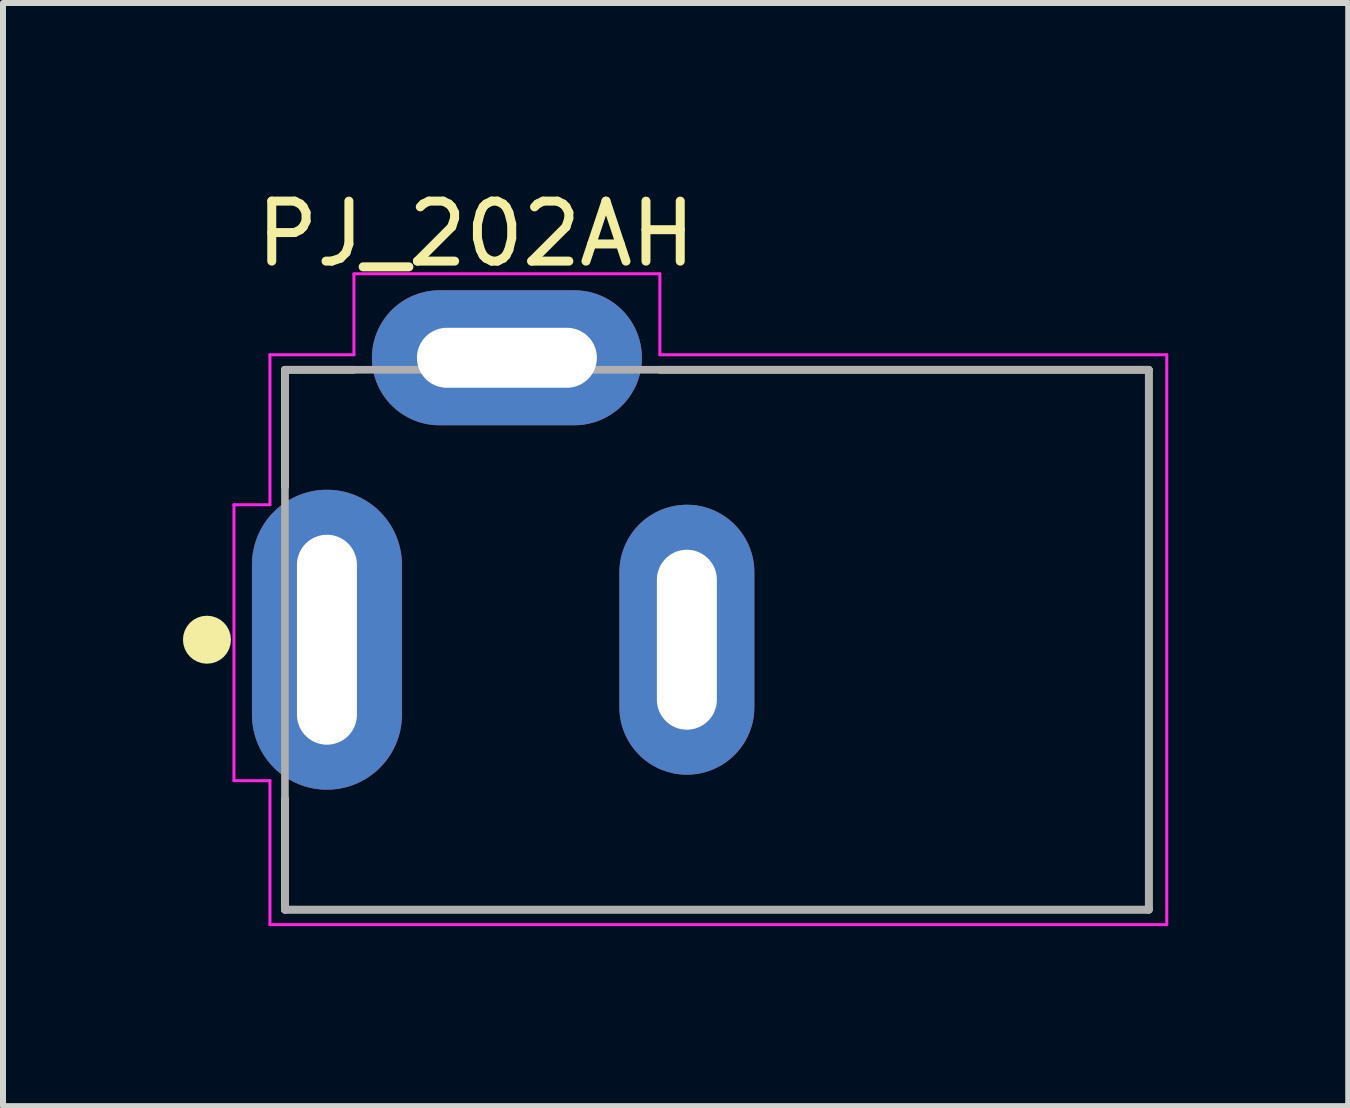
<source format=kicad_pcb>
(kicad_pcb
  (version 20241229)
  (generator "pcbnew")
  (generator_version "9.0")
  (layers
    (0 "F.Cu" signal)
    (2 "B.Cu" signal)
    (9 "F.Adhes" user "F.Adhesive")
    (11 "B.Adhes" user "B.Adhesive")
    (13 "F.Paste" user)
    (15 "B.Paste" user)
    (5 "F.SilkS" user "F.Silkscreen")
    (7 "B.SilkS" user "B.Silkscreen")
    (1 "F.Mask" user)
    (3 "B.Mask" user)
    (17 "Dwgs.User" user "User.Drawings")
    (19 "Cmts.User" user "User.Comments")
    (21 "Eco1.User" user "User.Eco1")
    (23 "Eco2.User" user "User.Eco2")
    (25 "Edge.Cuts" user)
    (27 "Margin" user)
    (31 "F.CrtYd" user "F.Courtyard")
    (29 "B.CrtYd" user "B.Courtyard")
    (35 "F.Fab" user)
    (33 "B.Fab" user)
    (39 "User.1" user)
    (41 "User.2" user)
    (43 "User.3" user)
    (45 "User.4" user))
  (footprint "PJ_202AH"
    (layer "F.Cu")
    (at 8.9 7.614)
    (property "Reference" "PJ_202AH" (at -4.015 -6.766 0) (layer "F.SilkS") (effects (font (size 1 1) (thickness 0.15))))
    (attr through_hole)
    (fp_line (start -7.2 -4.5) (end -6.05 -4.5) (stroke (width 0.127) (type solid)) (layer "F.SilkS"))
    (fp_line (start -7.2 -2.55) (end -7.2 -4.5) (stroke (width 0.127) (type solid)) (layer "F.SilkS"))
    (fp_line (start -7.2 4.5) (end -7.2 2.65) (stroke (width 0.127) (type solid)) (layer "F.SilkS"))
    (fp_line (start -0.95 -4.5) (end 7.2 -4.5) (stroke (width 0.127) (type solid)) (layer "F.SilkS"))
    (fp_line (start 7.2 -4.5) (end 7.2 4.5) (stroke (width 0.127) (type solid)) (layer "F.SilkS"))
    (fp_line (start 7.2 4.5) (end -7.2 4.5) (stroke (width 0.127) (type solid)) (layer "F.SilkS"))
    (fp_circle (center -8.5 0) (end -8.3 0) (stroke (width 0.4) (type solid)) (fill no) (layer "F.SilkS"))
    (fp_line (start -8.05 -2.25) (end -8.05 2.35) (stroke (width 0.05) (type solid)) (layer "F.CrtYd"))
    (fp_line (start -8.05 2.35) (end -7.45 2.35) (stroke (width 0.05) (type solid)) (layer "F.CrtYd"))
    (fp_line (start -7.45 -4.75) (end -6.05 -4.75) (stroke (width 0.05) (type solid)) (layer "F.CrtYd"))
    (fp_line (start -7.45 -2.25) (end -8.05 -2.25) (stroke (width 0.05) (type solid)) (layer "F.CrtYd"))
    (fp_line (start -7.45 -2.25) (end -7.45 -4.75) (stroke (width 0.05) (type solid)) (layer "F.CrtYd"))
    (fp_line (start -7.45 4.75) (end -7.45 2.35) (stroke (width 0.05) (type solid)) (layer "F.CrtYd"))
    (fp_line (start -6.05 -6.1) (end -0.95 -6.1) (stroke (width 0.05) (type solid)) (layer "F.CrtYd"))
    (fp_line (start -6.05 -4.75) (end -6.05 -6.1) (stroke (width 0.05) (type solid)) (layer "F.CrtYd"))
    (fp_line (start -0.95 -6.1) (end -0.95 -4.75) (stroke (width 0.05) (type solid)) (layer "F.CrtYd"))
    (fp_line (start -0.95 -4.75) (end 7.5 -4.75) (stroke (width 0.05) (type solid)) (layer "F.CrtYd"))
    (fp_line (start 7.5 -4.75) (end 7.5 4.75) (stroke (width 0.05) (type solid)) (layer "F.CrtYd"))
    (fp_line (start 7.5 4.75) (end -7.45 4.75) (stroke (width 0.05) (type solid)) (layer "F.CrtYd"))
    (fp_line (start -7.2 -4.5) (end 7.2 -4.5) (stroke (width 0.127) (type solid)) (layer "F.Fab"))
    (fp_line (start -7.2 4.5) (end -7.2 -4.5) (stroke (width 0.127) (type solid)) (layer "F.Fab"))
    (fp_line (start 7.2 -4.5) (end 7.2 4.5) (stroke (width 0.127) (type solid)) (layer "F.Fab"))
    (fp_line (start 7.2 4.5) (end -7.2 4.5) (stroke (width 0.127) (type solid)) (layer "F.Fab"))
    (pad "1" thru_hole oval (at -6.5 0) (size 2.5 5) (drill oval 1 3.5) (layers "*.Cu" "*.Mask"))
    (pad "2" thru_hole oval (at -0.5 0) (size 2.25 4.5) (drill oval 1 3) (layers "*.Cu" "*.Mask"))
    (pad "3" thru_hole oval (at -3.5 -4.7) (size 4.5 2.25) (drill oval 3 1) (layers "*.Cu" "*.Mask")))
  (gr_rect
    (start -3 -3)
    (end 19.425 15.389)
    (stroke (width 0.1) (type default))
    (fill no)
    (layer "Edge.Cuts")))
</source>
